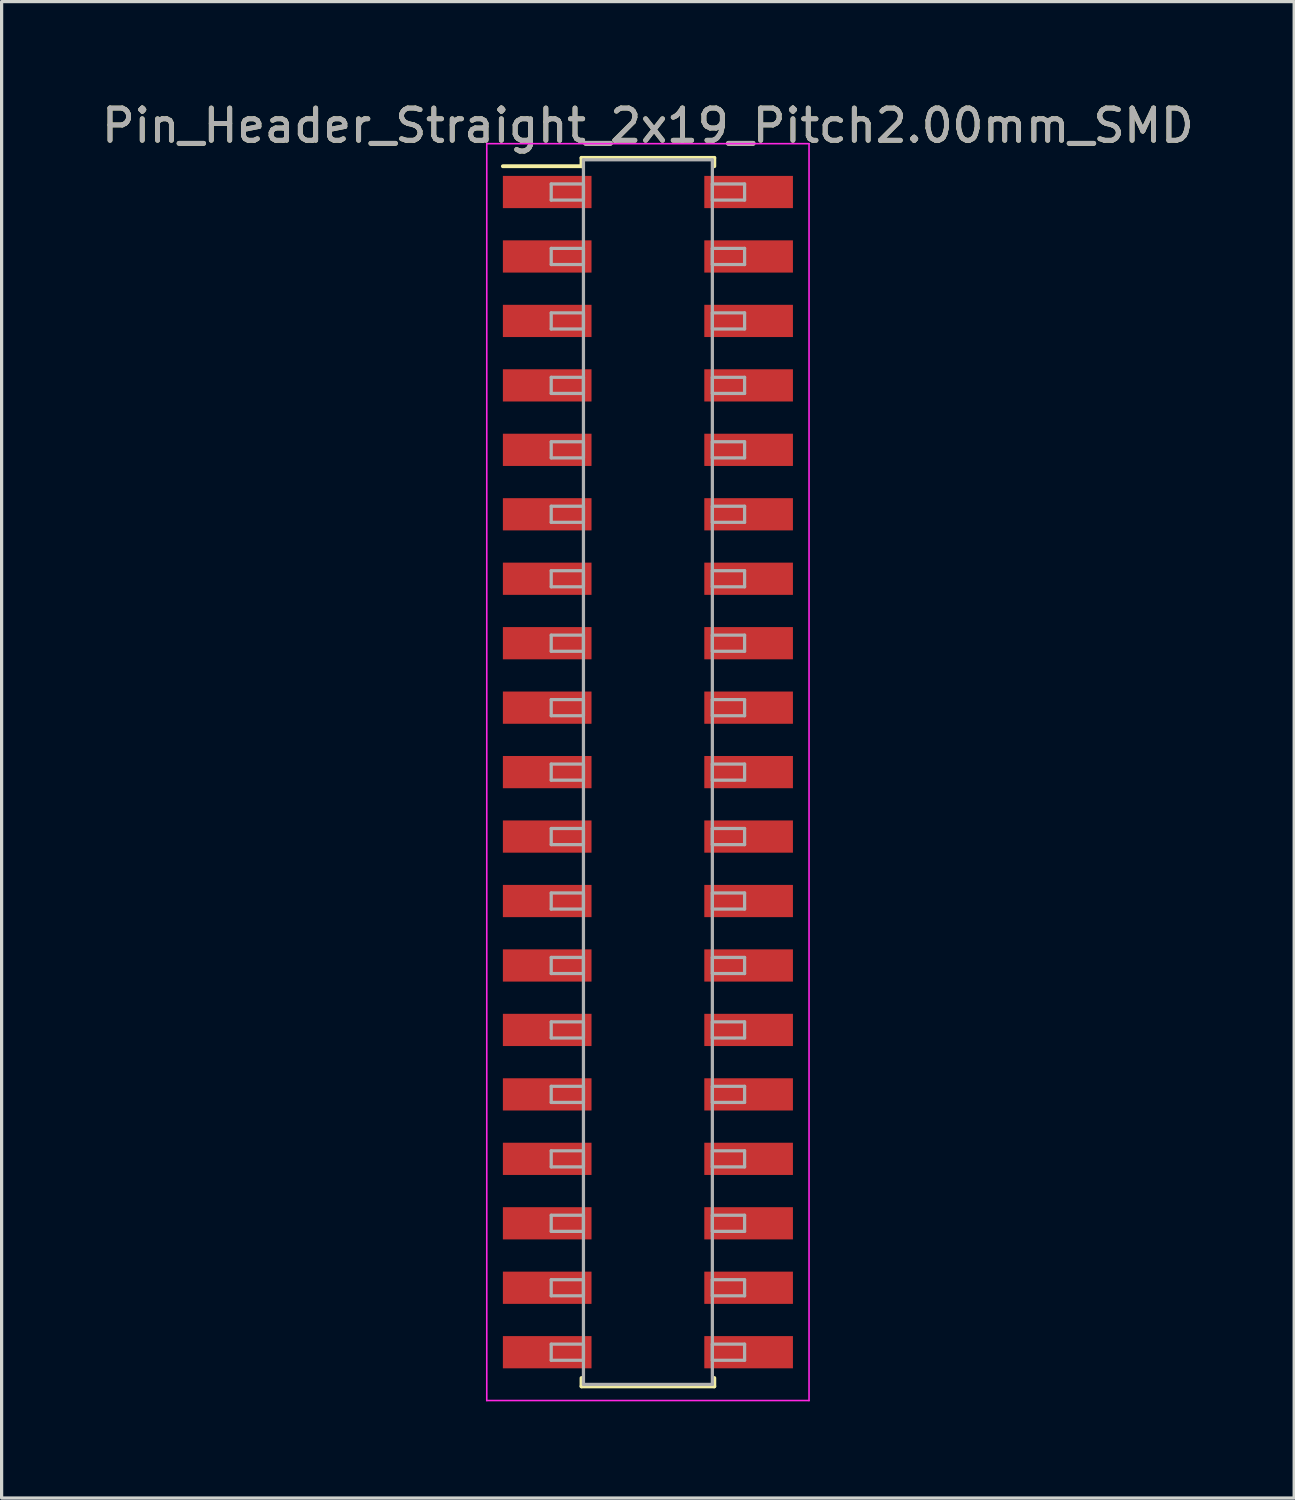
<source format=kicad_pcb>
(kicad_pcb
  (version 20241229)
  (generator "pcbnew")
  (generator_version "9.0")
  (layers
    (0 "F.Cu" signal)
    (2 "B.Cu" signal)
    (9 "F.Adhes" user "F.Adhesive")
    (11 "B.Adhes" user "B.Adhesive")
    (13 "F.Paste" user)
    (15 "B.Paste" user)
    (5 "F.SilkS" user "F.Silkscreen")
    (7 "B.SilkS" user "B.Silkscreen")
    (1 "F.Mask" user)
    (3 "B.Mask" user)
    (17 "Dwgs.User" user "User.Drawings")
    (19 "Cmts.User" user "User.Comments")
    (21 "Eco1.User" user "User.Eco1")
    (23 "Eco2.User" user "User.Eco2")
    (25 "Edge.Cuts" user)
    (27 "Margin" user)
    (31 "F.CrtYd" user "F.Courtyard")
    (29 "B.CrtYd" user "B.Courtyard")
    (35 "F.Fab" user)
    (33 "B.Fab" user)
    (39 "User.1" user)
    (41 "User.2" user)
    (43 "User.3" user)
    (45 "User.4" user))
  (footprint "Pin_Header_Straight_2x19_Pitch2.00mm_SMD"
    (layer "F.Cu")
    (at 17.054 20.908)
    (property "Reference" "Pin_Header_Straight_2x19_Pitch2.00mm_SMD" (at 0 -20.06 0) (layer "F.SilkS") (effects (font (size 1 1) (thickness 0.15))))
    (attr smd)
    (fp_line (start -4.5 -18.8) (end -2.06 -18.8) (stroke (width 0.12) (type solid)) (layer "F.SilkS"))
    (fp_line (start -2.06 -19.06) (end 2.06 -19.06) (stroke (width 0.12) (type solid)) (layer "F.SilkS"))
    (fp_line (start -2.06 -18.8) (end -2.06 -19.06) (stroke (width 0.12) (type solid)) (layer "F.SilkS"))
    (fp_line (start -2.06 18.8) (end -2.06 19.06) (stroke (width 0.12) (type solid)) (layer "F.SilkS"))
    (fp_line (start -2.06 19.06) (end 2.06 19.06) (stroke (width 0.12) (type solid)) (layer "F.SilkS"))
    (fp_line (start 2.06 -19.06) (end 2.06 -18.8) (stroke (width 0.12) (type solid)) (layer "F.SilkS"))
    (fp_line (start 2.06 19.06) (end 2.06 18.8) (stroke (width 0.12) (type solid)) (layer "F.SilkS"))
    (fp_line (start -5 -19.5) (end -5 19.5) (stroke (width 0.05) (type solid)) (layer "F.CrtYd"))
    (fp_line (start -5 19.5) (end 5 19.5) (stroke (width 0.05) (type solid)) (layer "F.CrtYd"))
    (fp_line (start 5 -19.5) (end -5 -19.5) (stroke (width 0.05) (type solid)) (layer "F.CrtYd"))
    (fp_line (start 5 19.5) (end 5 -19.5) (stroke (width 0.05) (type solid)) (layer "F.CrtYd"))
    (fp_line (start -3 -18.25) (end -2 -18.25) (stroke (width 0.1) (type solid)) (layer "F.Fab"))
    (fp_line (start -3 -17.75) (end -3 -18.25) (stroke (width 0.1) (type solid)) (layer "F.Fab"))
    (fp_line (start -3 -16.25) (end -2 -16.25) (stroke (width 0.1) (type solid)) (layer "F.Fab"))
    (fp_line (start -3 -15.75) (end -3 -16.25) (stroke (width 0.1) (type solid)) (layer "F.Fab"))
    (fp_line (start -3 -14.25) (end -2 -14.25) (stroke (width 0.1) (type solid)) (layer "F.Fab"))
    (fp_line (start -3 -13.75) (end -3 -14.25) (stroke (width 0.1) (type solid)) (layer "F.Fab"))
    (fp_line (start -3 -12.25) (end -2 -12.25) (stroke (width 0.1) (type solid)) (layer "F.Fab"))
    (fp_line (start -3 -11.75) (end -3 -12.25) (stroke (width 0.1) (type solid)) (layer "F.Fab"))
    (fp_line (start -3 -10.25) (end -2 -10.25) (stroke (width 0.1) (type solid)) (layer "F.Fab"))
    (fp_line (start -3 -9.75) (end -3 -10.25) (stroke (width 0.1) (type solid)) (layer "F.Fab"))
    (fp_line (start -3 -8.25) (end -2 -8.25) (stroke (width 0.1) (type solid)) (layer "F.Fab"))
    (fp_line (start -3 -7.75) (end -3 -8.25) (stroke (width 0.1) (type solid)) (layer "F.Fab"))
    (fp_line (start -3 -6.25) (end -2 -6.25) (stroke (width 0.1) (type solid)) (layer "F.Fab"))
    (fp_line (start -3 -5.75) (end -3 -6.25) (stroke (width 0.1) (type solid)) (layer "F.Fab"))
    (fp_line (start -3 -4.25) (end -2 -4.25) (stroke (width 0.1) (type solid)) (layer "F.Fab"))
    (fp_line (start -3 -3.75) (end -3 -4.25) (stroke (width 0.1) (type solid)) (layer "F.Fab"))
    (fp_line (start -3 -2.25) (end -2 -2.25) (stroke (width 0.1) (type solid)) (layer "F.Fab"))
    (fp_line (start -3 -1.75) (end -3 -2.25) (stroke (width 0.1) (type solid)) (layer "F.Fab"))
    (fp_line (start -3 -0.25) (end -2 -0.25) (stroke (width 0.1) (type solid)) (layer "F.Fab"))
    (fp_line (start -3 0.25) (end -3 -0.25) (stroke (width 0.1) (type solid)) (layer "F.Fab"))
    (fp_line (start -3 1.75) (end -2 1.75) (stroke (width 0.1) (type solid)) (layer "F.Fab"))
    (fp_line (start -3 2.25) (end -3 1.75) (stroke (width 0.1) (type solid)) (layer "F.Fab"))
    (fp_line (start -3 3.75) (end -2 3.75) (stroke (width 0.1) (type solid)) (layer "F.Fab"))
    (fp_line (start -3 4.25) (end -3 3.75) (stroke (width 0.1) (type solid)) (layer "F.Fab"))
    (fp_line (start -3 5.75) (end -2 5.75) (stroke (width 0.1) (type solid)) (layer "F.Fab"))
    (fp_line (start -3 6.25) (end -3 5.75) (stroke (width 0.1) (type solid)) (layer "F.Fab"))
    (fp_line (start -3 7.75) (end -2 7.75) (stroke (width 0.1) (type solid)) (layer "F.Fab"))
    (fp_line (start -3 8.25) (end -3 7.75) (stroke (width 0.1) (type solid)) (layer "F.Fab"))
    (fp_line (start -3 9.75) (end -2 9.75) (stroke (width 0.1) (type solid)) (layer "F.Fab"))
    (fp_line (start -3 10.25) (end -3 9.75) (stroke (width 0.1) (type solid)) (layer "F.Fab"))
    (fp_line (start -3 11.75) (end -2 11.75) (stroke (width 0.1) (type solid)) (layer "F.Fab"))
    (fp_line (start -3 12.25) (end -3 11.75) (stroke (width 0.1) (type solid)) (layer "F.Fab"))
    (fp_line (start -3 13.75) (end -2 13.75) (stroke (width 0.1) (type solid)) (layer "F.Fab"))
    (fp_line (start -3 14.25) (end -3 13.75) (stroke (width 0.1) (type solid)) (layer "F.Fab"))
    (fp_line (start -3 15.75) (end -2 15.75) (stroke (width 0.1) (type solid)) (layer "F.Fab"))
    (fp_line (start -3 16.25) (end -3 15.75) (stroke (width 0.1) (type solid)) (layer "F.Fab"))
    (fp_line (start -3 17.75) (end -2 17.75) (stroke (width 0.1) (type solid)) (layer "F.Fab"))
    (fp_line (start -3 18.25) (end -3 17.75) (stroke (width 0.1) (type solid)) (layer "F.Fab"))
    (fp_line (start -2 -19) (end -2 19) (stroke (width 0.1) (type solid)) (layer "F.Fab"))
    (fp_line (start -2 -18.25) (end -2 -17.75) (stroke (width 0.1) (type solid)) (layer "F.Fab"))
    (fp_line (start -2 -17.75) (end -3 -17.75) (stroke (width 0.1) (type solid)) (layer "F.Fab"))
    (fp_line (start -2 -16.25) (end -2 -15.75) (stroke (width 0.1) (type solid)) (layer "F.Fab"))
    (fp_line (start -2 -15.75) (end -3 -15.75) (stroke (width 0.1) (type solid)) (layer "F.Fab"))
    (fp_line (start -2 -14.25) (end -2 -13.75) (stroke (width 0.1) (type solid)) (layer "F.Fab"))
    (fp_line (start -2 -13.75) (end -3 -13.75) (stroke (width 0.1) (type solid)) (layer "F.Fab"))
    (fp_line (start -2 -12.25) (end -2 -11.75) (stroke (width 0.1) (type solid)) (layer "F.Fab"))
    (fp_line (start -2 -11.75) (end -3 -11.75) (stroke (width 0.1) (type solid)) (layer "F.Fab"))
    (fp_line (start -2 -10.25) (end -2 -9.75) (stroke (width 0.1) (type solid)) (layer "F.Fab"))
    (fp_line (start -2 -9.75) (end -3 -9.75) (stroke (width 0.1) (type solid)) (layer "F.Fab"))
    (fp_line (start -2 -8.25) (end -2 -7.75) (stroke (width 0.1) (type solid)) (layer "F.Fab"))
    (fp_line (start -2 -7.75) (end -3 -7.75) (stroke (width 0.1) (type solid)) (layer "F.Fab"))
    (fp_line (start -2 -6.25) (end -2 -5.75) (stroke (width 0.1) (type solid)) (layer "F.Fab"))
    (fp_line (start -2 -5.75) (end -3 -5.75) (stroke (width 0.1) (type solid)) (layer "F.Fab"))
    (fp_line (start -2 -4.25) (end -2 -3.75) (stroke (width 0.1) (type solid)) (layer "F.Fab"))
    (fp_line (start -2 -3.75) (end -3 -3.75) (stroke (width 0.1) (type solid)) (layer "F.Fab"))
    (fp_line (start -2 -2.25) (end -2 -1.75) (stroke (width 0.1) (type solid)) (layer "F.Fab"))
    (fp_line (start -2 -1.75) (end -3 -1.75) (stroke (width 0.1) (type solid)) (layer "F.Fab"))
    (fp_line (start -2 -0.25) (end -2 0.25) (stroke (width 0.1) (type solid)) (layer "F.Fab"))
    (fp_line (start -2 0.25) (end -3 0.25) (stroke (width 0.1) (type solid)) (layer "F.Fab"))
    (fp_line (start -2 1.75) (end -2 2.25) (stroke (width 0.1) (type solid)) (layer "F.Fab"))
    (fp_line (start -2 2.25) (end -3 2.25) (stroke (width 0.1) (type solid)) (layer "F.Fab"))
    (fp_line (start -2 3.75) (end -2 4.25) (stroke (width 0.1) (type solid)) (layer "F.Fab"))
    (fp_line (start -2 4.25) (end -3 4.25) (stroke (width 0.1) (type solid)) (layer "F.Fab"))
    (fp_line (start -2 5.75) (end -2 6.25) (stroke (width 0.1) (type solid)) (layer "F.Fab"))
    (fp_line (start -2 6.25) (end -3 6.25) (stroke (width 0.1) (type solid)) (layer "F.Fab"))
    (fp_line (start -2 7.75) (end -2 8.25) (stroke (width 0.1) (type solid)) (layer "F.Fab"))
    (fp_line (start -2 8.25) (end -3 8.25) (stroke (width 0.1) (type solid)) (layer "F.Fab"))
    (fp_line (start -2 9.75) (end -2 10.25) (stroke (width 0.1) (type solid)) (layer "F.Fab"))
    (fp_line (start -2 10.25) (end -3 10.25) (stroke (width 0.1) (type solid)) (layer "F.Fab"))
    (fp_line (start -2 11.75) (end -2 12.25) (stroke (width 0.1) (type solid)) (layer "F.Fab"))
    (fp_line (start -2 12.25) (end -3 12.25) (stroke (width 0.1) (type solid)) (layer "F.Fab"))
    (fp_line (start -2 13.75) (end -2 14.25) (stroke (width 0.1) (type solid)) (layer "F.Fab"))
    (fp_line (start -2 14.25) (end -3 14.25) (stroke (width 0.1) (type solid)) (layer "F.Fab"))
    (fp_line (start -2 15.75) (end -2 16.25) (stroke (width 0.1) (type solid)) (layer "F.Fab"))
    (fp_line (start -2 16.25) (end -3 16.25) (stroke (width 0.1) (type solid)) (layer "F.Fab"))
    (fp_line (start -2 17.75) (end -2 18.25) (stroke (width 0.1) (type solid)) (layer "F.Fab"))
    (fp_line (start -2 18.25) (end -3 18.25) (stroke (width 0.1) (type solid)) (layer "F.Fab"))
    (fp_line (start -2 19) (end 2 19) (stroke (width 0.1) (type solid)) (layer "F.Fab"))
    (fp_line (start 2 -19) (end -2 -19) (stroke (width 0.1) (type solid)) (layer "F.Fab"))
    (fp_line (start 2 -18.25) (end 2 -17.75) (stroke (width 0.1) (type solid)) (layer "F.Fab"))
    (fp_line (start 2 -17.75) (end 3 -17.75) (stroke (width 0.1) (type solid)) (layer "F.Fab"))
    (fp_line (start 2 -16.25) (end 2 -15.75) (stroke (width 0.1) (type solid)) (layer "F.Fab"))
    (fp_line (start 2 -15.75) (end 3 -15.75) (stroke (width 0.1) (type solid)) (layer "F.Fab"))
    (fp_line (start 2 -14.25) (end 2 -13.75) (stroke (width 0.1) (type solid)) (layer "F.Fab"))
    (fp_line (start 2 -13.75) (end 3 -13.75) (stroke (width 0.1) (type solid)) (layer "F.Fab"))
    (fp_line (start 2 -12.25) (end 2 -11.75) (stroke (width 0.1) (type solid)) (layer "F.Fab"))
    (fp_line (start 2 -11.75) (end 3 -11.75) (stroke (width 0.1) (type solid)) (layer "F.Fab"))
    (fp_line (start 2 -10.25) (end 2 -9.75) (stroke (width 0.1) (type solid)) (layer "F.Fab"))
    (fp_line (start 2 -9.75) (end 3 -9.75) (stroke (width 0.1) (type solid)) (layer "F.Fab"))
    (fp_line (start 2 -8.25) (end 2 -7.75) (stroke (width 0.1) (type solid)) (layer "F.Fab"))
    (fp_line (start 2 -7.75) (end 3 -7.75) (stroke (width 0.1) (type solid)) (layer "F.Fab"))
    (fp_line (start 2 -6.25) (end 2 -5.75) (stroke (width 0.1) (type solid)) (layer "F.Fab"))
    (fp_line (start 2 -5.75) (end 3 -5.75) (stroke (width 0.1) (type solid)) (layer "F.Fab"))
    (fp_line (start 2 -4.25) (end 2 -3.75) (stroke (width 0.1) (type solid)) (layer "F.Fab"))
    (fp_line (start 2 -3.75) (end 3 -3.75) (stroke (width 0.1) (type solid)) (layer "F.Fab"))
    (fp_line (start 2 -2.25) (end 2 -1.75) (stroke (width 0.1) (type solid)) (layer "F.Fab"))
    (fp_line (start 2 -1.75) (end 3 -1.75) (stroke (width 0.1) (type solid)) (layer "F.Fab"))
    (fp_line (start 2 -0.25) (end 2 0.25) (stroke (width 0.1) (type solid)) (layer "F.Fab"))
    (fp_line (start 2 0.25) (end 3 0.25) (stroke (width 0.1) (type solid)) (layer "F.Fab"))
    (fp_line (start 2 1.75) (end 2 2.25) (stroke (width 0.1) (type solid)) (layer "F.Fab"))
    (fp_line (start 2 2.25) (end 3 2.25) (stroke (width 0.1) (type solid)) (layer "F.Fab"))
    (fp_line (start 2 3.75) (end 2 4.25) (stroke (width 0.1) (type solid)) (layer "F.Fab"))
    (fp_line (start 2 4.25) (end 3 4.25) (stroke (width 0.1) (type solid)) (layer "F.Fab"))
    (fp_line (start 2 5.75) (end 2 6.25) (stroke (width 0.1) (type solid)) (layer "F.Fab"))
    (fp_line (start 2 6.25) (end 3 6.25) (stroke (width 0.1) (type solid)) (layer "F.Fab"))
    (fp_line (start 2 7.75) (end 2 8.25) (stroke (width 0.1) (type solid)) (layer "F.Fab"))
    (fp_line (start 2 8.25) (end 3 8.25) (stroke (width 0.1) (type solid)) (layer "F.Fab"))
    (fp_line (start 2 9.75) (end 2 10.25) (stroke (width 0.1) (type solid)) (layer "F.Fab"))
    (fp_line (start 2 10.25) (end 3 10.25) (stroke (width 0.1) (type solid)) (layer "F.Fab"))
    (fp_line (start 2 11.75) (end 2 12.25) (stroke (width 0.1) (type solid)) (layer "F.Fab"))
    (fp_line (start 2 12.25) (end 3 12.25) (stroke (width 0.1) (type solid)) (layer "F.Fab"))
    (fp_line (start 2 13.75) (end 2 14.25) (stroke (width 0.1) (type solid)) (layer "F.Fab"))
    (fp_line (start 2 14.25) (end 3 14.25) (stroke (width 0.1) (type solid)) (layer "F.Fab"))
    (fp_line (start 2 15.75) (end 2 16.25) (stroke (width 0.1) (type solid)) (layer "F.Fab"))
    (fp_line (start 2 16.25) (end 3 16.25) (stroke (width 0.1) (type solid)) (layer "F.Fab"))
    (fp_line (start 2 17.75) (end 2 18.25) (stroke (width 0.1) (type solid)) (layer "F.Fab"))
    (fp_line (start 2 18.25) (end 3 18.25) (stroke (width 0.1) (type solid)) (layer "F.Fab"))
    (fp_line (start 2 19) (end 2 -19) (stroke (width 0.1) (type solid)) (layer "F.Fab"))
    (fp_line (start 3 -18.25) (end 2 -18.25) (stroke (width 0.1) (type solid)) (layer "F.Fab"))
    (fp_line (start 3 -17.75) (end 3 -18.25) (stroke (width 0.1) (type solid)) (layer "F.Fab"))
    (fp_line (start 3 -16.25) (end 2 -16.25) (stroke (width 0.1) (type solid)) (layer "F.Fab"))
    (fp_line (start 3 -15.75) (end 3 -16.25) (stroke (width 0.1) (type solid)) (layer "F.Fab"))
    (fp_line (start 3 -14.25) (end 2 -14.25) (stroke (width 0.1) (type solid)) (layer "F.Fab"))
    (fp_line (start 3 -13.75) (end 3 -14.25) (stroke (width 0.1) (type solid)) (layer "F.Fab"))
    (fp_line (start 3 -12.25) (end 2 -12.25) (stroke (width 0.1) (type solid)) (layer "F.Fab"))
    (fp_line (start 3 -11.75) (end 3 -12.25) (stroke (width 0.1) (type solid)) (layer "F.Fab"))
    (fp_line (start 3 -10.25) (end 2 -10.25) (stroke (width 0.1) (type solid)) (layer "F.Fab"))
    (fp_line (start 3 -9.75) (end 3 -10.25) (stroke (width 0.1) (type solid)) (layer "F.Fab"))
    (fp_line (start 3 -8.25) (end 2 -8.25) (stroke (width 0.1) (type solid)) (layer "F.Fab"))
    (fp_line (start 3 -7.75) (end 3 -8.25) (stroke (width 0.1) (type solid)) (layer "F.Fab"))
    (fp_line (start 3 -6.25) (end 2 -6.25) (stroke (width 0.1) (type solid)) (layer "F.Fab"))
    (fp_line (start 3 -5.75) (end 3 -6.25) (stroke (width 0.1) (type solid)) (layer "F.Fab"))
    (fp_line (start 3 -4.25) (end 2 -4.25) (stroke (width 0.1) (type solid)) (layer "F.Fab"))
    (fp_line (start 3 -3.75) (end 3 -4.25) (stroke (width 0.1) (type solid)) (layer "F.Fab"))
    (fp_line (start 3 -2.25) (end 2 -2.25) (stroke (width 0.1) (type solid)) (layer "F.Fab"))
    (fp_line (start 3 -1.75) (end 3 -2.25) (stroke (width 0.1) (type solid)) (layer "F.Fab"))
    (fp_line (start 3 -0.25) (end 2 -0.25) (stroke (width 0.1) (type solid)) (layer "F.Fab"))
    (fp_line (start 3 0.25) (end 3 -0.25) (stroke (width 0.1) (type solid)) (layer "F.Fab"))
    (fp_line (start 3 1.75) (end 2 1.75) (stroke (width 0.1) (type solid)) (layer "F.Fab"))
    (fp_line (start 3 2.25) (end 3 1.75) (stroke (width 0.1) (type solid)) (layer "F.Fab"))
    (fp_line (start 3 3.75) (end 2 3.75) (stroke (width 0.1) (type solid)) (layer "F.Fab"))
    (fp_line (start 3 4.25) (end 3 3.75) (stroke (width 0.1) (type solid)) (layer "F.Fab"))
    (fp_line (start 3 5.75) (end 2 5.75) (stroke (width 0.1) (type solid)) (layer "F.Fab"))
    (fp_line (start 3 6.25) (end 3 5.75) (stroke (width 0.1) (type solid)) (layer "F.Fab"))
    (fp_line (start 3 7.75) (end 2 7.75) (stroke (width 0.1) (type solid)) (layer "F.Fab"))
    (fp_line (start 3 8.25) (end 3 7.75) (stroke (width 0.1) (type solid)) (layer "F.Fab"))
    (fp_line (start 3 9.75) (end 2 9.75) (stroke (width 0.1) (type solid)) (layer "F.Fab"))
    (fp_line (start 3 10.25) (end 3 9.75) (stroke (width 0.1) (type solid)) (layer "F.Fab"))
    (fp_line (start 3 11.75) (end 2 11.75) (stroke (width 0.1) (type solid)) (layer "F.Fab"))
    (fp_line (start 3 12.25) (end 3 11.75) (stroke (width 0.1) (type solid)) (layer "F.Fab"))
    (fp_line (start 3 13.75) (end 2 13.75) (stroke (width 0.1) (type solid)) (layer "F.Fab"))
    (fp_line (start 3 14.25) (end 3 13.75) (stroke (width 0.1) (type solid)) (layer "F.Fab"))
    (fp_line (start 3 15.75) (end 2 15.75) (stroke (width 0.1) (type solid)) (layer "F.Fab"))
    (fp_line (start 3 16.25) (end 3 15.75) (stroke (width 0.1) (type solid)) (layer "F.Fab"))
    (fp_line (start 3 17.75) (end 2 17.75) (stroke (width 0.1) (type solid)) (layer "F.Fab"))
    (fp_line (start 3 18.25) (end 3 17.75) (stroke (width 0.1) (type solid)) (layer "F.Fab"))
    (fp_text user "${REFERENCE}" (at 0 -20.06 0) (layer "F.Fab") (effects (font (size 1 1) (thickness 0.15))))
    (pad "1" smd rect (at -3.125 -18) (size 2.75 1) (layers "F.Cu" "F.Mask" "F.Paste"))
    (pad "2" smd rect (at 3.125 -18) (size 2.75 1) (layers "F.Cu" "F.Mask" "F.Paste"))
    (pad "3" smd rect (at -3.125 -16) (size 2.75 1) (layers "F.Cu" "F.Mask" "F.Paste"))
    (pad "4" smd rect (at 3.125 -16) (size 2.75 1) (layers "F.Cu" "F.Mask" "F.Paste"))
    (pad "5" smd rect (at -3.125 -14) (size 2.75 1) (layers "F.Cu" "F.Mask" "F.Paste"))
    (pad "6" smd rect (at 3.125 -14) (size 2.75 1) (layers "F.Cu" "F.Mask" "F.Paste"))
    (pad "7" smd rect (at -3.125 -12) (size 2.75 1) (layers "F.Cu" "F.Mask" "F.Paste"))
    (pad "8" smd rect (at 3.125 -12) (size 2.75 1) (layers "F.Cu" "F.Mask" "F.Paste"))
    (pad "9" smd rect (at -3.125 -10) (size 2.75 1) (layers "F.Cu" "F.Mask" "F.Paste"))
    (pad "10" smd rect (at 3.125 -10) (size 2.75 1) (layers "F.Cu" "F.Mask" "F.Paste"))
    (pad "11" smd rect (at -3.125 -8) (size 2.75 1) (layers "F.Cu" "F.Mask" "F.Paste"))
    (pad "12" smd rect (at 3.125 -8) (size 2.75 1) (layers "F.Cu" "F.Mask" "F.Paste"))
    (pad "13" smd rect (at -3.125 -6) (size 2.75 1) (layers "F.Cu" "F.Mask" "F.Paste"))
    (pad "14" smd rect (at 3.125 -6) (size 2.75 1) (layers "F.Cu" "F.Mask" "F.Paste"))
    (pad "15" smd rect (at -3.125 -4) (size 2.75 1) (layers "F.Cu" "F.Mask" "F.Paste"))
    (pad "16" smd rect (at 3.125 -4) (size 2.75 1) (layers "F.Cu" "F.Mask" "F.Paste"))
    (pad "17" smd rect (at -3.125 -2) (size 2.75 1) (layers "F.Cu" "F.Mask" "F.Paste"))
    (pad "18" smd rect (at 3.125 -2) (size 2.75 1) (layers "F.Cu" "F.Mask" "F.Paste"))
    (pad "19" smd rect (at -3.125 0) (size 2.75 1) (layers "F.Cu" "F.Mask" "F.Paste"))
    (pad "20" smd rect (at 3.125 0) (size 2.75 1) (layers "F.Cu" "F.Mask" "F.Paste"))
    (pad "21" smd rect (at -3.125 2) (size 2.75 1) (layers "F.Cu" "F.Mask" "F.Paste"))
    (pad "22" smd rect (at 3.125 2) (size 2.75 1) (layers "F.Cu" "F.Mask" "F.Paste"))
    (pad "23" smd rect (at -3.125 4) (size 2.75 1) (layers "F.Cu" "F.Mask" "F.Paste"))
    (pad "24" smd rect (at 3.125 4) (size 2.75 1) (layers "F.Cu" "F.Mask" "F.Paste"))
    (pad "25" smd rect (at -3.125 6) (size 2.75 1) (layers "F.Cu" "F.Mask" "F.Paste"))
    (pad "26" smd rect (at 3.125 6) (size 2.75 1) (layers "F.Cu" "F.Mask" "F.Paste"))
    (pad "27" smd rect (at -3.125 8) (size 2.75 1) (layers "F.Cu" "F.Mask" "F.Paste"))
    (pad "28" smd rect (at 3.125 8) (size 2.75 1) (layers "F.Cu" "F.Mask" "F.Paste"))
    (pad "29" smd rect (at -3.125 10) (size 2.75 1) (layers "F.Cu" "F.Mask" "F.Paste"))
    (pad "30" smd rect (at 3.125 10) (size 2.75 1) (layers "F.Cu" "F.Mask" "F.Paste"))
    (pad "31" smd rect (at -3.125 12) (size 2.75 1) (layers "F.Cu" "F.Mask" "F.Paste"))
    (pad "32" smd rect (at 3.125 12) (size 2.75 1) (layers "F.Cu" "F.Mask" "F.Paste"))
    (pad "33" smd rect (at -3.125 14) (size 2.75 1) (layers "F.Cu" "F.Mask" "F.Paste"))
    (pad "34" smd rect (at 3.125 14) (size 2.75 1) (layers "F.Cu" "F.Mask" "F.Paste"))
    (pad "35" smd rect (at -3.125 16) (size 2.75 1) (layers "F.Cu" "F.Mask" "F.Paste"))
    (pad "36" smd rect (at 3.125 16) (size 2.75 1) (layers "F.Cu" "F.Mask" "F.Paste"))
    (pad "37" smd rect (at -3.125 18) (size 2.75 1) (layers "F.Cu" "F.Mask" "F.Paste"))
    (pad "38" smd rect (at 3.125 18) (size 2.75 1) (layers "F.Cu" "F.Mask" "F.Paste")))
  (gr_rect
    (start -3 -3)
    (end 37.107 43.433)
    (stroke (width 0.1) (type default))
    (fill no)
    (layer "Edge.Cuts")))
</source>
